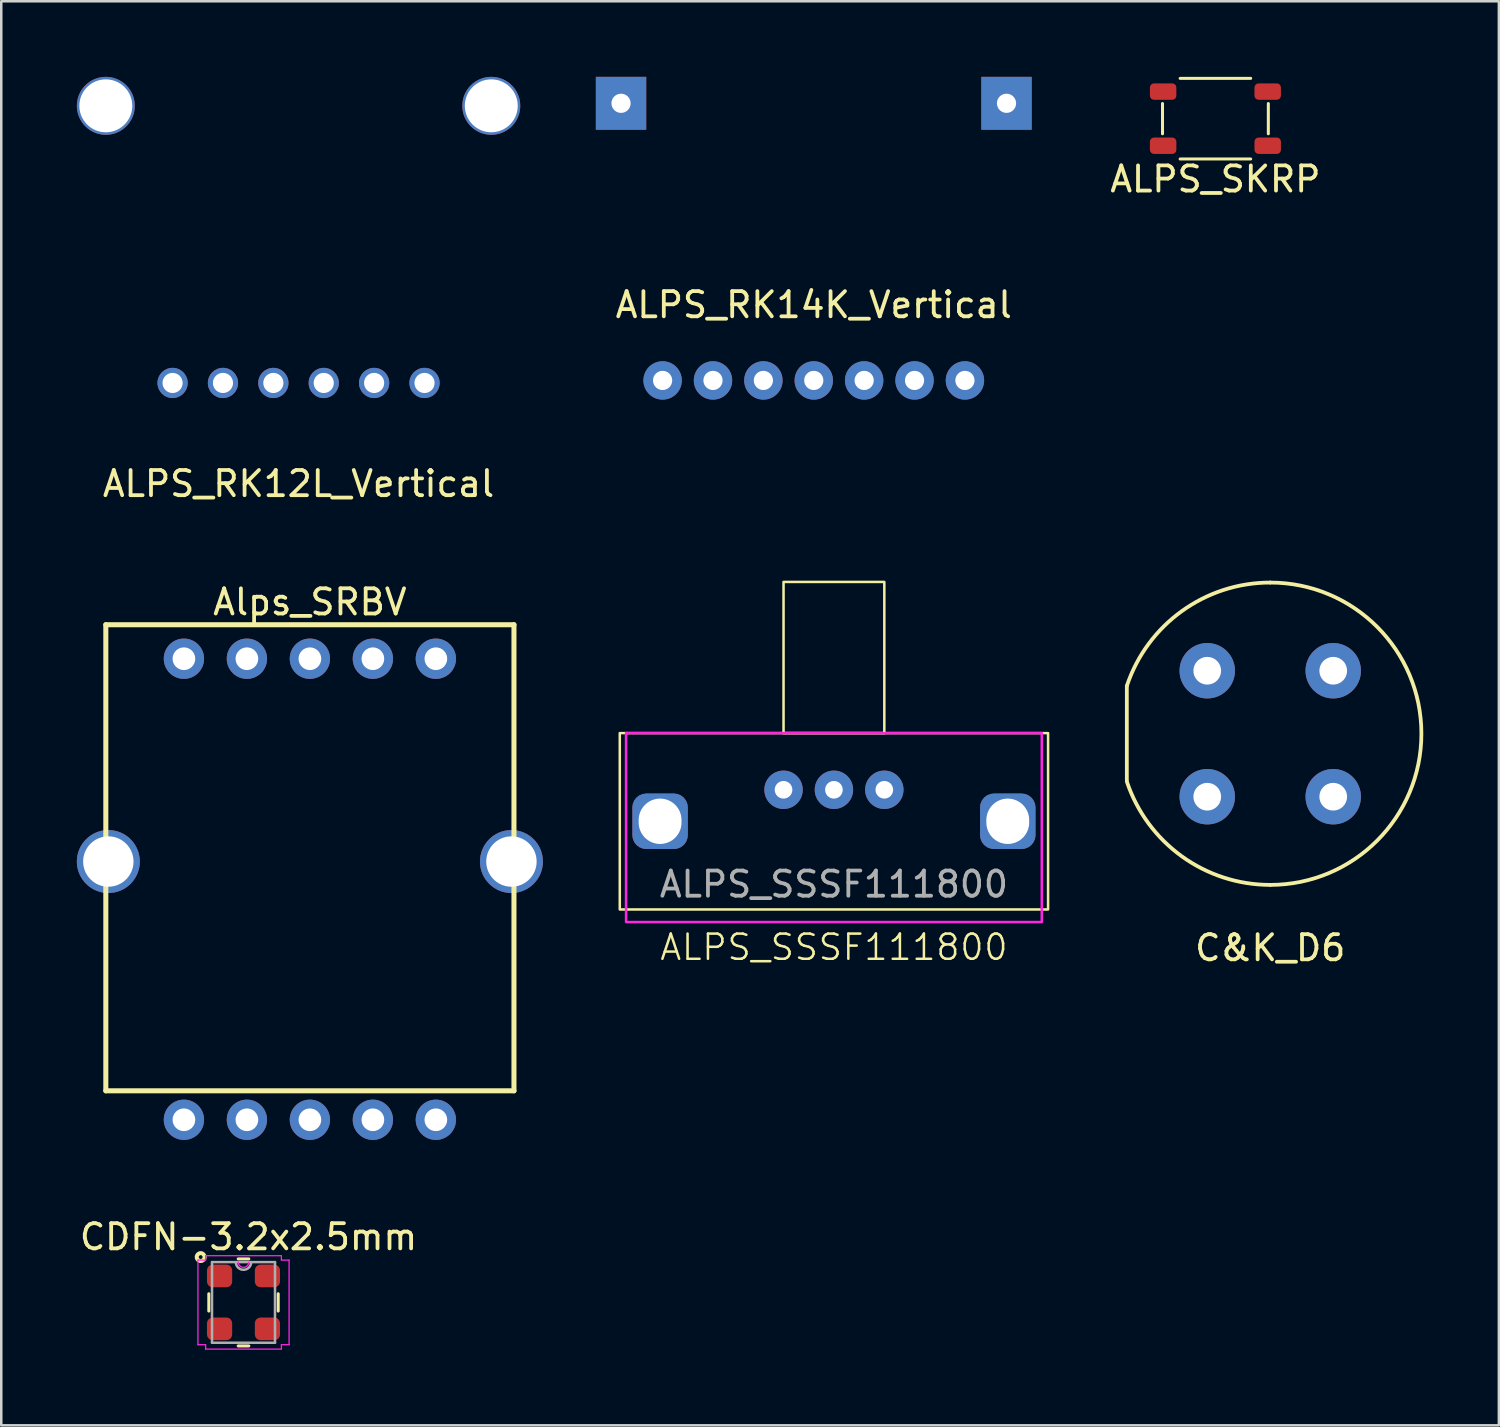
<source format=kicad_pcb>
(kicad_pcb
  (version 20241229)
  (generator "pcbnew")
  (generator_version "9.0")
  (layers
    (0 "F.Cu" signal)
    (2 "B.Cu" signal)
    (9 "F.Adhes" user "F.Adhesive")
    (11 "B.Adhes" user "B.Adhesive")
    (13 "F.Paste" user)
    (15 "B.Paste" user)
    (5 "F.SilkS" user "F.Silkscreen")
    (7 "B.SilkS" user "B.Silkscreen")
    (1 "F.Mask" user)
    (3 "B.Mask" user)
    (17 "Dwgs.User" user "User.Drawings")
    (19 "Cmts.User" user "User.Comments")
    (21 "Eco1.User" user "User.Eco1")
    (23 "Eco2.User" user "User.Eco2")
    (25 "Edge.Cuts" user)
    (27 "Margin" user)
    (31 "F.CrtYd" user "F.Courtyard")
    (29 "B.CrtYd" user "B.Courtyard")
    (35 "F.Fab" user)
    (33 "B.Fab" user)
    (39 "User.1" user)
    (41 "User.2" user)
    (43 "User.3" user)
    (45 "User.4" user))
  (footprint "Alps_SRBV"
    (layer "F.Cu")
    (at 9.25 32.246)
    (property "Reference" "Alps_SRBV" (at 0 -11.4 0) (layer "F.SilkS") (effects (font (size 1 1) (thickness 0.15))))
    (attr through_hole)
    (fp_line (start -8.1 -10.5) (end -8.1 8) (stroke (width 0.2) (type solid)) (layer "F.SilkS"))
    (fp_line (start -8.1 8) (end 8.1 8) (stroke (width 0.2) (type solid)) (layer "F.SilkS"))
    (fp_line (start 8.1 -10.5) (end -8.1 -10.5) (stroke (width 0.2) (type solid)) (layer "F.SilkS"))
    (fp_line (start 8.1 8) (end 8.1 -10.5) (stroke (width 0.2) (type solid)) (layer "F.SilkS"))
    (pad "" np_thru_hole circle (at -8 -1.1) (size 2.5 2.5) (drill 2) (layers "*.Cu" "*.Mask"))
    (pad "" np_thru_hole circle (at 8 -1.1) (size 2.5 2.5) (drill 2) (layers "*.Cu" "*.Mask"))
    (pad "1" thru_hole circle (at 5 9.15) (size 1.6 1.6) (drill 0.9) (layers "*.Cu" "*.Mask"))
    (pad "2" thru_hole circle (at 2.5 9.15) (size 1.6 1.6) (drill 0.9) (layers "*.Cu" "*.Mask"))
    (pad "3" thru_hole circle (at 0 9.15) (size 1.6 1.6) (drill 0.9) (layers "*.Cu" "*.Mask"))
    (pad "4" thru_hole circle (at -2.5 9.15) (size 1.6 1.6) (drill 0.9) (layers "*.Cu" "*.Mask"))
    (pad "5" thru_hole circle (at -5 9.15) (size 1.6 1.6) (drill 0.9) (layers "*.Cu" "*.Mask"))
    (pad "6" thru_hole circle (at -5 -9.15) (size 1.6 1.6) (drill 0.9) (layers "*.Cu" "*.Mask"))
    (pad "7" thru_hole circle (at -2.5 -9.15) (size 1.6 1.6) (drill 0.9) (layers "*.Cu" "*.Mask"))
    (pad "8" thru_hole circle (at 0 -9.15) (size 1.6 1.6) (drill 0.9) (layers "*.Cu" "*.Mask"))
    (pad "9" thru_hole circle (at 2.5 -9.15) (size 1.6 1.6) (drill 0.9) (layers "*.Cu" "*.Mask"))
    (pad "10" thru_hole circle (at 5 -9.15) (size 1.6 1.6) (drill 0.9) (layers "*.Cu" "*.Mask")))
  (footprint "ALPS_SKRP"
    (layer "F.Cu")
    (at 45.192 1.66)
    (property "Reference" "ALPS_SKRP" (at 0 2.4 0) (layer "F.SilkS") (effects (font (size 1 1) (thickness 0.15))))
    (attr smd)
    (fp_line (start -2.1 -0.6) (end -2.1 0.6) (stroke (width 0.12) (type solid)) (layer "F.SilkS"))
    (fp_line (start 1.4 -1.6) (end -1.4 -1.6) (stroke (width 0.12) (type solid)) (layer "F.SilkS"))
    (fp_line (start 1.4 1.6) (end -1.4 1.6) (stroke (width 0.12) (type solid)) (layer "F.SilkS"))
    (fp_line (start 2.1 -0.6) (end 2.1 0.6) (stroke (width 0.12) (type solid)) (layer "F.SilkS"))
    (pad "1" smd roundrect (at -2.075 -1.075) (size 1.05 0.65) (layers "F.Cu" "F.Mask" "F.Paste") (roundrect_rratio 0.25))
    (pad "2" smd roundrect (at 2.075 -1.075) (size 1.05 0.65) (layers "F.Cu" "F.Mask" "F.Paste") (roundrect_rratio 0.25))
    (pad "3" smd roundrect (at -2.075 1.075) (size 1.05 0.65) (layers "F.Cu" "F.Mask" "F.Paste") (roundrect_rratio 0.25))
    (pad "4" smd roundrect (at 2.075 1.075) (size 1.05 0.65) (layers "F.Cu" "F.Mask" "F.Paste") (roundrect_rratio 0.25)))
  (footprint "ALPS_RK12L_Vertical"
    (layer "F.Cu")
    (at 8.8 1.15)
    (property "Reference" "ALPS_RK12L_Vertical" (at 0 15 0) (layer "F.SilkS") (effects (font (size 1 1) (thickness 0.15))))
    (attr through_hole)
    (pad "" np_thru_hole circle (at -7.65 0) (size 2.3 2.3) (drill 2.1) (layers "*.Cu" "*.Mask"))
    (pad "" np_thru_hole circle (at 7.65 0) (size 2.3 2.3) (drill 2.1) (layers "*.Cu" "*.Mask"))
    (pad "1" thru_hole circle (at -1 11 90) (size 1.2 1.2) (drill 0.8) (layers "*.Cu" "*.Mask"))
    (pad "2" thru_hole circle (at 1 11) (size 1.2 1.2) (drill 0.8) (layers "*.Cu" "*.Mask"))
    (pad "3" thru_hole circle (at 3 11) (size 1.2 1.2) (drill 0.8) (layers "*.Cu" "*.Mask"))
    (pad "4" thru_hole circle (at -3 11) (size 1.2 1.2) (drill 0.8) (layers "*.Cu" "*.Mask"))
    (pad "5" thru_hole circle (at -5 11) (size 1.2 1.2) (drill 0.8) (layers "*.Cu" "*.Mask"))
    (pad "6" thru_hole circle (at 5 11) (size 1.2 1.2) (drill 0.8) (layers "*.Cu" "*.Mask")))
  (footprint "CDFN-3.2x2.5mm"
    (layer "F.Cu")
    (at 6.615 48.645)
    (property "Reference" "CDFN-3.2x2.5mm" (at 0.2 -2.6 0) (layer "F.SilkS") (effects (font (size 1 1) (thickness 0.15))))
    (attr through_hole)
    (fp_line (start -1.377 -0.343) (end -1.377 0.343) (stroke (width 0.12) (type solid)) (layer "F.SilkS"))
    (fp_line (start -0.211 1.727) (end 0.211 1.727) (stroke (width 0.12) (type solid)) (layer "F.SilkS"))
    (fp_line (start 0.211 -1.727) (end -0.211 -1.727) (stroke (width 0.12) (type solid)) (layer "F.SilkS"))
    (fp_line (start 1.377 0.343) (end 1.377 -0.343) (stroke (width 0.12) (type solid)) (layer "F.SilkS"))
    (fp_circle (center -1.7 -1.8) (end -1.624 -1.8) (stroke (width 0.16) (type solid)) (fill no) (layer "F.SilkS"))
    (fp_line (start -1.809 -1.679) (end -1.504 -1.679) (stroke (width 0.05) (type solid)) (layer "F.CrtYd"))
    (fp_line (start -1.809 1.679) (end -1.809 -1.679) (stroke (width 0.05) (type solid)) (layer "F.CrtYd"))
    (fp_line (start -1.504 -1.854) (end 1.504 -1.854) (stroke (width 0.05) (type solid)) (layer "F.CrtYd"))
    (fp_line (start -1.504 -1.679) (end -1.504 -1.854) (stroke (width 0.05) (type solid)) (layer "F.CrtYd"))
    (fp_line (start -1.504 1.679) (end -1.809 1.679) (stroke (width 0.05) (type solid)) (layer "F.CrtYd"))
    (fp_line (start -1.504 1.854) (end -1.504 1.679) (stroke (width 0.05) (type solid)) (layer "F.CrtYd"))
    (fp_line (start 1.504 -1.854) (end 1.504 -1.679) (stroke (width 0.05) (type solid)) (layer "F.CrtYd"))
    (fp_line (start 1.504 -1.679) (end 1.809 -1.679) (stroke (width 0.05) (type solid)) (layer "F.CrtYd"))
    (fp_line (start 1.504 1.679) (end 1.504 1.854) (stroke (width 0.05) (type solid)) (layer "F.CrtYd"))
    (fp_line (start 1.504 1.854) (end -1.504 1.854) (stroke (width 0.05) (type solid)) (layer "F.CrtYd"))
    (fp_line (start 1.809 -1.679) (end 1.809 1.679) (stroke (width 0.05) (type solid)) (layer "F.CrtYd"))
    (fp_line (start 1.809 1.679) (end 1.504 1.679) (stroke (width 0.05) (type solid)) (layer "F.CrtYd"))
    (fp_arc (start 0.208333 -1.600001) (mid 0 -1.391668) (end -0.208333 -1.600001) (stroke (width 0.05) (type solid)) (layer "F.CrtYd"))
    (fp_line (start -1.25 -1.6) (end -1.25 1.6) (stroke (width 0.1) (type solid)) (layer "F.Fab"))
    (fp_line (start -1.25 1.6) (end 1.25 1.6) (stroke (width 0.1) (type solid)) (layer "F.Fab"))
    (fp_line (start 1.25 -1.6) (end -1.25 -1.6) (stroke (width 0.1) (type solid)) (layer "F.Fab"))
    (fp_line (start 1.25 1.6) (end 1.25 -1.6) (stroke (width 0.1) (type solid)) (layer "F.Fab"))
    (fp_arc (start 0.3048 -1.600001) (mid 0 -1.295201) (end -0.3048 -1.600001) (stroke (width 0.1) (type solid)) (layer "F.Fab"))
    (pad "1" smd roundrect (at -0.95 -1.05) (size 1 0.9) (layers "F.Cu" "F.Mask" "F.Paste") (roundrect_rratio 0.25))
    (pad "2" smd roundrect (at -0.95 1.05) (size 1 0.9) (layers "F.Cu" "F.Mask" "F.Paste") (roundrect_rratio 0.25))
    (pad "3" smd roundrect (at 0.95 1.05) (size 1 0.9) (layers "F.Cu" "F.Mask" "F.Paste") (roundrect_rratio 0.25))
    (pad "4" smd roundrect (at 0.95 -1.05) (size 1 0.9) (layers "F.Cu" "F.Mask" "F.Paste") (roundrect_rratio 0.25)))
  (footprint "C&K_D6"
    (layer "F.Cu")
    (at 47.368 26.073)
    (property "Reference" "C&K_D6" (at 0 8.5 0) (layer "F.SilkS") (effects (font (size 1 1) (thickness 0.15))))
    (attr through_hole)
    (fp_line (start -5.692 -1.897) (end -5.692 1.853) (stroke (width 0.15) (type solid)) (layer "F.SilkS"))
    (fp_arc (start -5.6921 -1.897367) (mid -3.508262 -4.867453) (end 0 -6) (stroke (width 0.15) (type solid)) (layer "F.SilkS"))
    (fp_arc (start 0 -6) (mid 6 0) (end 0 6) (stroke (width 0.15) (type solid)) (layer "F.SilkS"))
    (fp_arc (start 0 6) (mid -3.509746 4.866383) (end -5.693256 1.893894) (stroke (width 0.15) (type solid)) (layer "F.SilkS"))
    (pad "1" thru_hole circle (at -2.5 -2.5) (size 2.2 2.2) (drill 1.1) (layers "*.Cu" "*.Mask"))
    (pad "1" thru_hole circle (at 2.5 -2.5) (size 2.2 2.2) (drill 1.1) (layers "*.Cu" "*.Mask"))
    (pad "2" thru_hole circle (at -2.5 2.5) (size 2.2 2.2) (drill 1.1) (layers "*.Cu" "*.Mask"))
    (pad "2" thru_hole circle (at 2.5 2.5) (size 2.2 2.2) (drill 1.1) (layers "*.Cu" "*.Mask")))
  (footprint "ALPS_SSSF111800"
    (layer "F.Cu")
    (at 30.05 29.548)
    (property "Reference" "ALPS_SSSF111800" (at 0 5 0) (unlocked yes) (layer "F.SilkS") (effects (font (size 1 1) (thickness 0.1))))
    (attr through_hole)
    (fp_rect (start -8.5 -3.5) (end 8.5 3.5) (stroke (width 0.1) (type default)) (fill no) (layer "F.SilkS"))
    (fp_rect (start -2 -9.5) (end 2 -3.5) (stroke (width 0.1) (type default)) (fill no) (layer "F.SilkS"))
    (fp_rect (start -3 -9.5) (end 3 -3.5) (stroke (width 0.1) (type default)) (fill no) (layer "Margin"))
    (fp_rect (start -8.25 -3.5) (end 8.25 4) (stroke (width 0.1) (type default)) (fill no) (layer "F.CrtYd"))
    (fp_text user "${REFERENCE}" (at 0 2.5 0) (unlocked yes) (layer "F.Fab") (effects (font (size 1 1) (thickness 0.15))))
    (pad "" np_thru_hole roundrect (at -6.9 0) (size 2.2 2.2) (drill oval 1.7 1.8) (layers "*.Cu" "*.Mask") (roundrect_rratio 0.25))
    (pad "" np_thru_hole roundrect (at 6.9 0) (size 2.2 2.2) (drill oval 1.7 1.8) (layers "*.Cu" "*.Mask") (roundrect_rratio 0.25))
    (pad "1" thru_hole circle (at -2 -1.25) (size 1.524 1.524) (drill 0.7) (layers "*.Cu" "*.Mask"))
    (pad "2" thru_hole circle (at 0 -1.25) (size 1.524 1.524) (drill 0.7) (layers "*.Cu" "*.Mask"))
    (pad "3" thru_hole circle (at 2 -1.25) (size 1.524 1.524) (drill 0.7) (layers "*.Cu" "*.Mask")))
  (footprint "ALPS_RK14K_Vertical"
    (layer "F.Cu")
    (at 29.25 1.05)
    (property "Reference" "ALPS_RK14K_Vertical" (at 0 8 0) (layer "F.SilkS") (effects (font (size 1 1) (thickness 0.15))))
    (attr through_hole)
    (pad "" np_thru_hole rect (at -7.65 0) (size 2 2.1) (drill 0.762) (layers "*.Cu" "*.Mask"))
    (pad "" np_thru_hole rect (at 7.65 0) (size 2 2.1) (drill 0.762) (layers "*.Cu" "*.Mask"))
    (pad "1" thru_hole circle (at -6 11) (size 1.524 1.524) (drill 0.762) (layers "*.Cu" "*.Mask"))
    (pad "2" thru_hole circle (at 0 11) (size 1.524 1.524) (drill 0.762) (layers "*.Cu" "*.Mask"))
    (pad "3" thru_hole circle (at 4 11) (size 1.524 1.524) (drill 0.762) (layers "*.Cu" "*.Mask"))
    (pad "4" thru_hole circle (at -4 11) (size 1.524 1.524) (drill 0.762) (layers "*.Cu" "*.Mask"))
    (pad "5" thru_hole circle (at -2 11) (size 1.524 1.524) (drill 0.762) (layers "*.Cu" "*.Mask"))
    (pad "6" thru_hole circle (at 2 11) (size 1.524 1.524) (drill 0.762) (layers "*.Cu" "*.Mask"))
    (pad "7" thru_hole circle (at 6 11) (size 1.524 1.524) (drill 0.762) (layers "*.Cu" "*.Mask")))
  (gr_rect
    (start -3 -3)
    (end 56.443 53.524)
    (stroke (width 0.1) (type default))
    (fill no)
    (layer "Edge.Cuts")))
</source>
